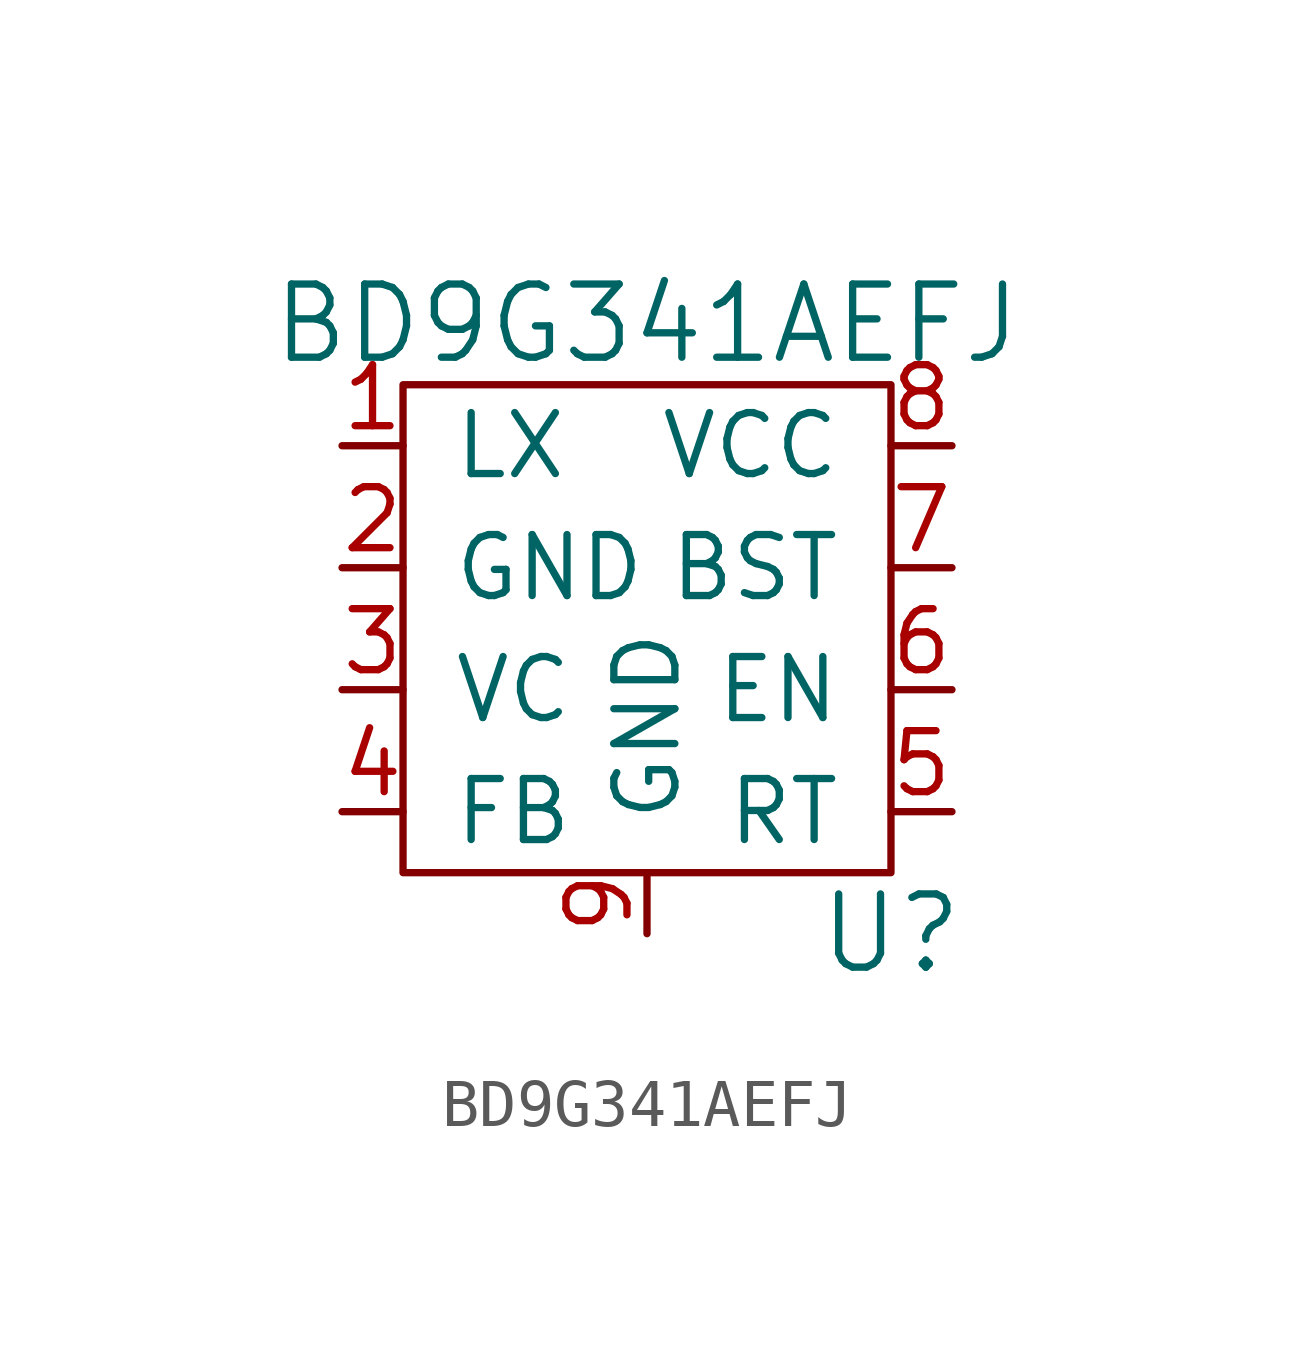
<source format=kicad_sym>
(kicad_symbol_lib
  (version 20211014)
  (generator kicad_symbol_editor)
  (symbol "BD9G341AEFJ"
    (pin_names
      (offset 1.016))
    (property "Reference" "U"
      (at 5.08 -6.35 0)
      (effects (font (size 1.524 1.524))))
    (property "Value" "BD9G341AEFJ"
      (at 0 6.35 0)
      (effects (font (size 1.524 1.524))))
    (symbol "BD9G341AEFJ_0_1"
      (rectangle (start -5.08 5.08) (end 5.08 -5.08) (stroke (width 0) (type default) (color 0 0 0 0)) (fill (type none))))
    (symbol "BD9G341AEFJ_1_1"
      (pin input line (at -6.35 3.81 0) (length 1.27) (name "LX" (effects (font (size 1.27 1.27)))) (number "1" (effects (font (size 1.27 1.27)))))
      (pin input line (at -6.35 1.27 0) (length 1.27) (name "GND" (effects (font (size 1.27 1.27)))) (number "2" (effects (font (size 1.27 1.27)))))
      (pin input line (at -6.35 -1.27 0) (length 1.27) (name "VC" (effects (font (size 1.27 1.27)))) (number "3" (effects (font (size 1.27 1.27)))))
      (pin input line (at -6.35 -3.81 0) (length 1.27) (name "FB" (effects (font (size 1.27 1.27)))) (number "4" (effects (font (size 1.27 1.27)))))
      (pin input line (at 6.35 -3.81 180) (length 1.27) (name "RT" (effects (font (size 1.27 1.27)))) (number "5" (effects (font (size 1.27 1.27)))))
      (pin input line (at 6.35 -1.27 180) (length 1.27) (name "EN" (effects (font (size 1.27 1.27)))) (number "6" (effects (font (size 1.27 1.27)))))
      (pin input line (at 6.35 1.27 180) (length 1.27) (name "BST" (effects (font (size 1.27 1.27)))) (number "7" (effects (font (size 1.27 1.27)))))
      (pin input line (at 6.35 3.81 180) (length 1.27) (name "VCC" (effects (font (size 1.27 1.27)))) (number "8" (effects (font (size 1.27 1.27)))))
      (pin input line (at 0 -6.35 90) (length 1.27) (name "GND" (effects (font (size 1.27 1.27)))) (number "9" (effects (font (size 1.27 1.27))))))))
</source>
